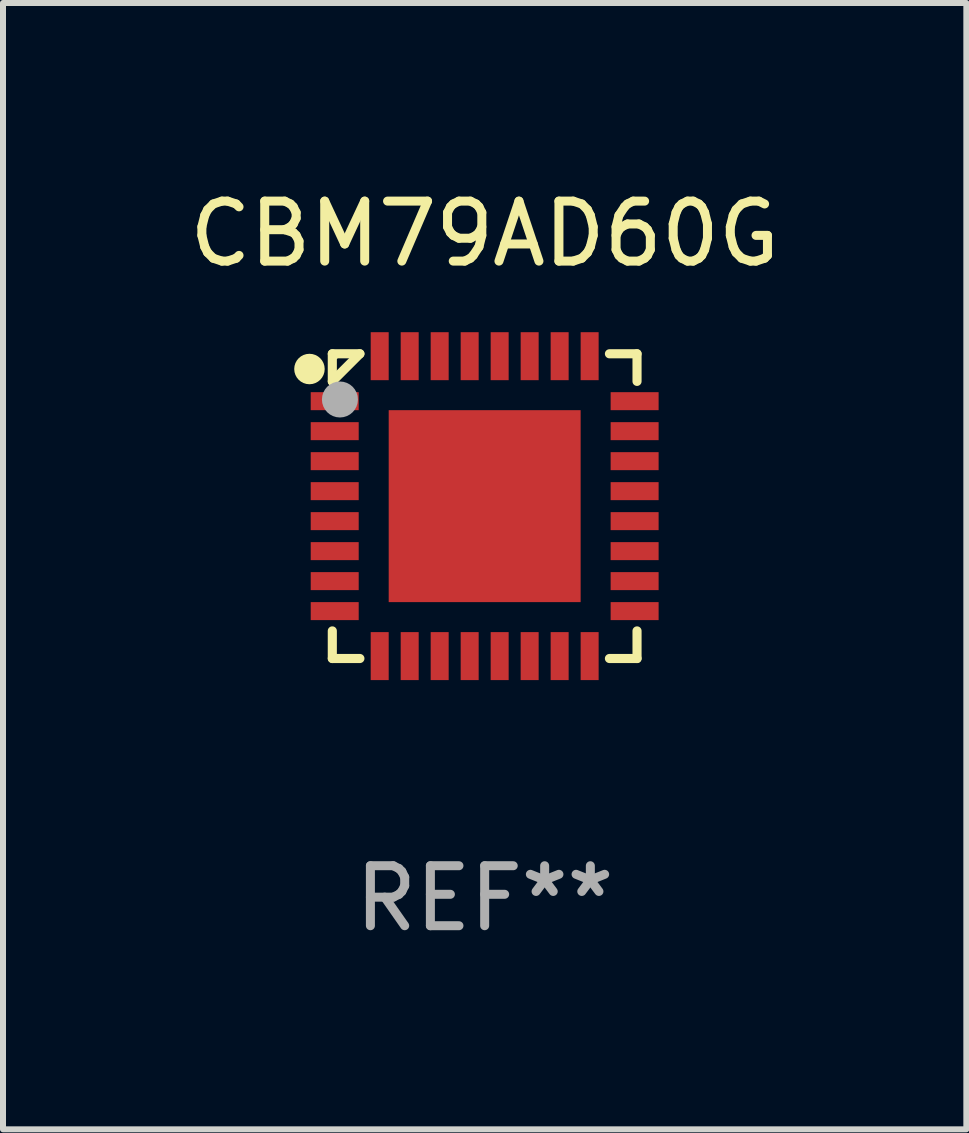
<source format=kicad_pcb>
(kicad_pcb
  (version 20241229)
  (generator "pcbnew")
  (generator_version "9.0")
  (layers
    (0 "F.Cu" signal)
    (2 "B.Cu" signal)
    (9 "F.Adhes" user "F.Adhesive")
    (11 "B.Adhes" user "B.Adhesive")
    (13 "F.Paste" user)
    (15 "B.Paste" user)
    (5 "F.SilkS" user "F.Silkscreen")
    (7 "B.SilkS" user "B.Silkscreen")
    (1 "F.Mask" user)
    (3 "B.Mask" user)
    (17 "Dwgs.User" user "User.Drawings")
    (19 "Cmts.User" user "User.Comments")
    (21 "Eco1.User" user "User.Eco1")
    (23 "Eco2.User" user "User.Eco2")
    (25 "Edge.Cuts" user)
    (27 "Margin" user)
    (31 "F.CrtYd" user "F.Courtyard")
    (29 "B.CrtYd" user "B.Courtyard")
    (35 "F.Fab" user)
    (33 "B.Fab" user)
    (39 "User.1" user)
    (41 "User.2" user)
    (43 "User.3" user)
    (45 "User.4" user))
  (footprint "CBM79AD60G"
    (layer "F.Cu")
    (at 5.03 5.388)
    (property "Reference" "CBM79AD60G" (at 0 -4.54 0) (layer "F.SilkS") (effects (font (size 1 1) (thickness 0.15))))
    (attr through_hole)
    (fp_line (start -2.54 -2.54) (end -2.08 -2.54) (stroke (width 0.152) (type solid)) (layer "F.SilkS"))
    (fp_line (start -2.54 -2.08) (end -2.54 -2.54) (stroke (width 0.152) (type solid)) (layer "F.SilkS"))
    (fp_line (start -2.54 -2.08) (end -2.08 -2.54) (stroke (width 0.152) (type solid)) (layer "F.SilkS"))
    (fp_line (start -2.54 2.54) (end -2.54 2.08) (stroke (width 0.152) (type solid)) (layer "F.SilkS"))
    (fp_line (start -2.08 2.54) (end -2.54 2.54) (stroke (width 0.152) (type solid)) (layer "F.SilkS"))
    (fp_line (start 2.08 -2.54) (end 2.54 -2.54) (stroke (width 0.152) (type solid)) (layer "F.SilkS"))
    (fp_line (start 2.54 -2.54) (end 2.54 -2.08) (stroke (width 0.152) (type solid)) (layer "F.SilkS"))
    (fp_line (start 2.54 2.08) (end 2.54 2.54) (stroke (width 0.152) (type solid)) (layer "F.SilkS"))
    (fp_line (start 2.54 2.54) (end 2.08 2.54) (stroke (width 0.152) (type solid)) (layer "F.SilkS"))
    (fp_circle (center -2.921 -2.286) (end -2.794 -2.286) (stroke (width 0.254) (type solid)) (fill no) (layer "F.SilkS"))
    (fp_circle (center -2.5 -2.5) (end -2.47 -2.5) (stroke (width 0.06) (type solid)) (fill no) (layer "F.SilkS"))
    (fp_circle (center -2.413 -1.778) (end -2.263 -1.778) (stroke (width 0.3) (type solid)) (fill no) (layer "F.Fab"))
    (fp_text user "REF**" (at 0 6.54 0) (layer "F.Fab") (effects (font (size 1 1) (thickness 0.15))))
    (pad "1" smd rect (at -2.5 -1.75 90) (size 0.3 0.8) (layers "F.Cu" "F.Mask" "F.Paste"))
    (pad "2" smd rect (at -2.5 -1.25 90) (size 0.3 0.8) (layers "F.Cu" "F.Mask" "F.Paste"))
    (pad "3" smd rect (at -2.5 -0.75 90) (size 0.3 0.8) (layers "F.Cu" "F.Mask" "F.Paste"))
    (pad "4" smd rect (at -2.5 -0.25 90) (size 0.3 0.8) (layers "F.Cu" "F.Mask" "F.Paste"))
    (pad "5" smd rect (at -2.5 0.25 90) (size 0.3 0.8) (layers "F.Cu" "F.Mask" "F.Paste"))
    (pad "6" smd rect (at -2.5 0.75 90) (size 0.3 0.8) (layers "F.Cu" "F.Mask" "F.Paste"))
    (pad "7" smd rect (at -2.5 1.25 90) (size 0.3 0.8) (layers "F.Cu" "F.Mask" "F.Paste"))
    (pad "8" smd rect (at -2.5 1.75 90) (size 0.3 0.8) (layers "F.Cu" "F.Mask" "F.Paste"))
    (pad "9" smd rect (at -1.75 2.5 180) (size 0.3 0.8) (layers "F.Cu" "F.Mask" "F.Paste"))
    (pad "10" smd rect (at -1.25 2.5 180) (size 0.3 0.8) (layers "F.Cu" "F.Mask" "F.Paste"))
    (pad "11" smd rect (at -0.75 2.5 180) (size 0.3 0.8) (layers "F.Cu" "F.Mask" "F.Paste"))
    (pad "12" smd rect (at -0.25 2.5 180) (size 0.3 0.8) (layers "F.Cu" "F.Mask" "F.Paste"))
    (pad "13" smd rect (at 0.25 2.5 180) (size 0.3 0.8) (layers "F.Cu" "F.Mask" "F.Paste"))
    (pad "14" smd rect (at 0.75 2.5 180) (size 0.3 0.8) (layers "F.Cu" "F.Mask" "F.Paste"))
    (pad "15" smd rect (at 1.25 2.5 180) (size 0.3 0.8) (layers "F.Cu" "F.Mask" "F.Paste"))
    (pad "16" smd rect (at 1.75 2.5 180) (size 0.3 0.8) (layers "F.Cu" "F.Mask" "F.Paste"))
    (pad "17" smd rect (at 2.5 1.75 270) (size 0.3 0.8) (layers "F.Cu" "F.Mask" "F.Paste"))
    (pad "18" smd rect (at 2.5 1.25 270) (size 0.3 0.8) (layers "F.Cu" "F.Mask" "F.Paste"))
    (pad "19" smd rect (at 2.5 0.75 270) (size 0.3 0.8) (layers "F.Cu" "F.Mask" "F.Paste"))
    (pad "20" smd rect (at 2.5 0.25 270) (size 0.3 0.8) (layers "F.Cu" "F.Mask" "F.Paste"))
    (pad "21" smd rect (at 2.5 -0.25 270) (size 0.3 0.8) (layers "F.Cu" "F.Mask" "F.Paste"))
    (pad "22" smd rect (at 2.5 -0.75 270) (size 0.3 0.8) (layers "F.Cu" "F.Mask" "F.Paste"))
    (pad "23" smd rect (at 2.5 -1.25 270) (size 0.3 0.8) (layers "F.Cu" "F.Mask" "F.Paste"))
    (pad "24" smd rect (at 2.5 -1.75 270) (size 0.3 0.8) (layers "F.Cu" "F.Mask" "F.Paste"))
    (pad "25" smd rect (at 1.75 -2.5) (size 0.3 0.8) (layers "F.Cu" "F.Mask" "F.Paste"))
    (pad "26" smd rect (at 1.25 -2.5) (size 0.3 0.8) (layers "F.Cu" "F.Mask" "F.Paste"))
    (pad "27" smd rect (at 0.75 -2.5) (size 0.3 0.8) (layers "F.Cu" "F.Mask" "F.Paste"))
    (pad "28" smd rect (at 0.25 -2.5) (size 0.3 0.8) (layers "F.Cu" "F.Mask" "F.Paste"))
    (pad "29" smd rect (at -0.25 -2.5) (size 0.3 0.8) (layers "F.Cu" "F.Mask" "F.Paste"))
    (pad "30" smd rect (at -0.75 -2.5) (size 0.3 0.8) (layers "F.Cu" "F.Mask" "F.Paste"))
    (pad "31" smd rect (at -1.25 -2.5) (size 0.3 0.8) (layers "F.Cu" "F.Mask" "F.Paste"))
    (pad "32" smd rect (at -1.75 -2.5) (size 0.3 0.8) (layers "F.Cu" "F.Mask" "F.Paste"))
    (pad "33" smd rect (at 0 0 90) (size 3.2 3.2) (layers "F.Cu" "F.Mask" "F.Paste")))
  (gr_rect
    (start -3 -3)
    (end 13.06 15.777)
    (stroke (width 0.1) (type default))
    (fill no)
    (layer "Edge.Cuts")))
</source>
